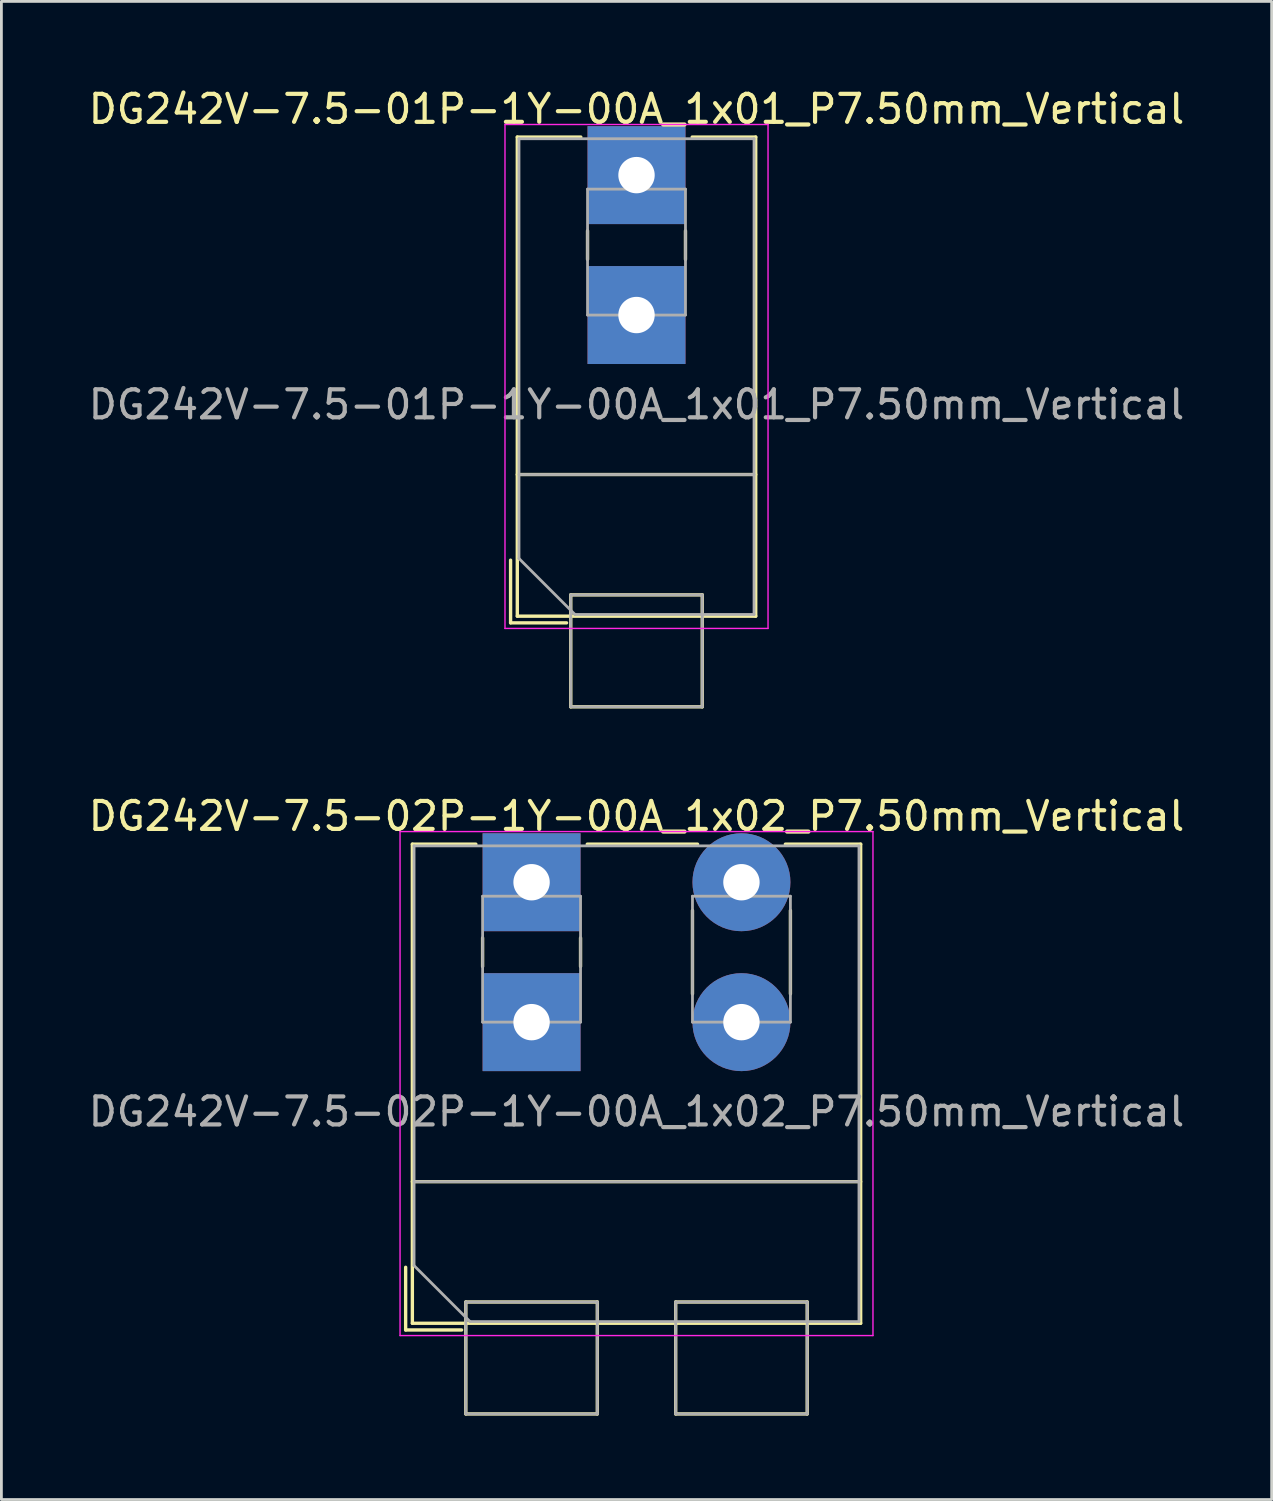
<source format=kicad_pcb>
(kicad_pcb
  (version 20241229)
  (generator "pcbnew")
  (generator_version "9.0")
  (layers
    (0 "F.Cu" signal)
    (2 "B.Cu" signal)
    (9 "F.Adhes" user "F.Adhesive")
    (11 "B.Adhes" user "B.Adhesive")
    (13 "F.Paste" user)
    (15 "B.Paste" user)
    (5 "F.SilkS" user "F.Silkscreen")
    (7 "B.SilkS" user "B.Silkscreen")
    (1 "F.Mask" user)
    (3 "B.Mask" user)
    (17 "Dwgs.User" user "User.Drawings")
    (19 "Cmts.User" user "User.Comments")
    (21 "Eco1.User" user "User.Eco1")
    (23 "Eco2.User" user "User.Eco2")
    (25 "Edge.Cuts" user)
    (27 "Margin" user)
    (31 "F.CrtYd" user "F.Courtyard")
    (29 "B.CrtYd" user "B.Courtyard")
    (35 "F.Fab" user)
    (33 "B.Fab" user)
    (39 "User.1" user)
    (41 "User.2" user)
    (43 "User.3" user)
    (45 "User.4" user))
  (footprint "DG242V-7.5-02P-1Y-00A_1x02_P7.50mm_Vertical"
    (layer "F.Cu")
    (at 15.946 33.477)
    (property "Reference" "DG242V-7.5-02P-1Y-00A_1x02_P7.50mm_Vertical" (at 3.75 -7.36 0) (layer "F.SilkS") (effects (font (size 1 1) (thickness 0.15))))
    (attr through_hole)
    (fp_line (start -4.5 8.76) (end -4.5 11) (stroke (width 0.12) (type solid)) (layer "F.SilkS"))
    (fp_line (start -4.5 11) (end -2.5 11) (stroke (width 0.12) (type solid)) (layer "F.SilkS"))
    (fp_line (start -4.26 -6.36) (end -4.26 10.761) (stroke (width 0.12) (type solid)) (layer "F.SilkS"))
    (fp_line (start -4.26 -6.36) (end -1.99 -6.36) (stroke (width 0.12) (type solid)) (layer "F.SilkS"))
    (fp_line (start -4.26 5.7) (end 11.76 5.7) (stroke (width 0.12) (type solid)) (layer "F.SilkS"))
    (fp_line (start -4.26 10.761) (end 11.76 10.761) (stroke (width 0.12) (type solid)) (layer "F.SilkS"))
    (fp_line (start -2.35 10) (end -2.35 14) (stroke (width 0.12) (type solid)) (layer "F.SilkS"))
    (fp_line (start -2.35 10) (end 2.35 10) (stroke (width 0.12) (type solid)) (layer "F.SilkS"))
    (fp_line (start -2.35 14) (end 2.35 14) (stroke (width 0.12) (type solid)) (layer "F.SilkS"))
    (fp_line (start -1.75 -3.01) (end -1.75 -1.99) (stroke (width 0.12) (type solid)) (layer "F.SilkS"))
    (fp_line (start 1.75 -3.01) (end 1.75 -1.99) (stroke (width 0.12) (type solid)) (layer "F.SilkS"))
    (fp_line (start 1.99 -6.36) (end 5.932 -6.36) (stroke (width 0.12) (type solid)) (layer "F.SilkS"))
    (fp_line (start 2.35 10) (end 2.35 14) (stroke (width 0.12) (type solid)) (layer "F.SilkS"))
    (fp_line (start 5.15 10) (end 5.15 14) (stroke (width 0.12) (type solid)) (layer "F.SilkS"))
    (fp_line (start 5.15 10) (end 9.851 10) (stroke (width 0.12) (type solid)) (layer "F.SilkS"))
    (fp_line (start 5.15 14) (end 9.851 14) (stroke (width 0.12) (type solid)) (layer "F.SilkS"))
    (fp_line (start 5.75 -3.99) (end 5.75 -1.01) (stroke (width 0.12) (type solid)) (layer "F.SilkS"))
    (fp_line (start 9.069 -6.36) (end 11.76 -6.36) (stroke (width 0.12) (type solid)) (layer "F.SilkS"))
    (fp_line (start 9.25 -3.99) (end 9.25 -1.01) (stroke (width 0.12) (type solid)) (layer "F.SilkS"))
    (fp_line (start 9.851 10) (end 9.851 14) (stroke (width 0.12) (type solid)) (layer "F.SilkS"))
    (fp_line (start 11.76 -6.36) (end 11.76 10.761) (stroke (width 0.12) (type solid)) (layer "F.SilkS"))
    (fp_line (start -4.7 -6.81) (end -4.7 11.2) (stroke (width 0.05) (type solid)) (layer "F.CrtYd"))
    (fp_line (start -4.7 11.2) (end 12.2 11.2) (stroke (width 0.05) (type solid)) (layer "F.CrtYd"))
    (fp_line (start 12.2 -6.81) (end -4.7 -6.81) (stroke (width 0.05) (type solid)) (layer "F.CrtYd"))
    (fp_line (start 12.2 11.2) (end 12.2 -6.81) (stroke (width 0.05) (type solid)) (layer "F.CrtYd"))
    (fp_line (start -4.2 -6.3) (end 11.7 -6.3) (stroke (width 0.1) (type solid)) (layer "F.Fab"))
    (fp_line (start -4.2 5.7) (end 11.7 5.7) (stroke (width 0.1) (type solid)) (layer "F.Fab"))
    (fp_line (start -4.2 8.7) (end -4.2 -6.3) (stroke (width 0.1) (type solid)) (layer "F.Fab"))
    (fp_line (start -2.35 10) (end -2.35 14) (stroke (width 0.1) (type solid)) (layer "F.Fab"))
    (fp_line (start -2.35 14) (end 2.35 14) (stroke (width 0.1) (type solid)) (layer "F.Fab"))
    (fp_line (start -2.2 10.7) (end -4.2 8.7) (stroke (width 0.1) (type solid)) (layer "F.Fab"))
    (fp_line (start -1.75 -4.5) (end -1.75 0) (stroke (width 0.1) (type solid)) (layer "F.Fab"))
    (fp_line (start -1.75 0) (end 1.75 0) (stroke (width 0.1) (type solid)) (layer "F.Fab"))
    (fp_line (start 1.75 -4.5) (end -1.75 -4.5) (stroke (width 0.1) (type solid)) (layer "F.Fab"))
    (fp_line (start 1.75 0) (end 1.75 -4.5) (stroke (width 0.1) (type solid)) (layer "F.Fab"))
    (fp_line (start 2.35 10) (end -2.35 10) (stroke (width 0.1) (type solid)) (layer "F.Fab"))
    (fp_line (start 2.35 14) (end 2.35 10) (stroke (width 0.1) (type solid)) (layer "F.Fab"))
    (fp_line (start 5.15 10) (end 5.15 14) (stroke (width 0.1) (type solid)) (layer "F.Fab"))
    (fp_line (start 5.15 14) (end 9.85 14) (stroke (width 0.1) (type solid)) (layer "F.Fab"))
    (fp_line (start 5.75 -4.5) (end 5.75 0) (stroke (width 0.1) (type solid)) (layer "F.Fab"))
    (fp_line (start 5.75 0) (end 9.25 0) (stroke (width 0.1) (type solid)) (layer "F.Fab"))
    (fp_line (start 9.25 -4.5) (end 5.75 -4.5) (stroke (width 0.1) (type solid)) (layer "F.Fab"))
    (fp_line (start 9.25 0) (end 9.25 -4.5) (stroke (width 0.1) (type solid)) (layer "F.Fab"))
    (fp_line (start 9.85 10) (end 5.15 10) (stroke (width 0.1) (type solid)) (layer "F.Fab"))
    (fp_line (start 9.85 14) (end 9.85 10) (stroke (width 0.1) (type solid)) (layer "F.Fab"))
    (fp_line (start 11.7 -6.3) (end 11.7 10.7) (stroke (width 0.1) (type solid)) (layer "F.Fab"))
    (fp_line (start 11.7 10.7) (end -2.2 10.7) (stroke (width 0.1) (type solid)) (layer "F.Fab"))
    (fp_text user "${REFERENCE}" (at 3.75 3.2 0) (layer "F.Fab") (effects (font (size 1 1) (thickness 0.15))))
    (pad "1" thru_hole rect (at 0 -5) (size 3.5 3.5) (drill 1.3) (layers "*.Cu" "*.Mask"))
    (pad "1" thru_hole rect (at 0 0) (size 3.5 3.5) (drill 1.3) (layers "*.Cu" "*.Mask"))
    (pad "2" thru_hole circle (at 7.5 -5) (size 3.5 3.5) (drill 1.3) (layers "*.Cu" "*.Mask"))
    (pad "2" thru_hole circle (at 7.5 0) (size 3.5 3.5) (drill 1.3) (layers "*.Cu" "*.Mask")))
  (footprint "DG242V-7.5-01P-1Y-00A_1x01_P7.50mm_Vertical"
    (layer "F.Cu")
    (at 19.696 8.208)
    (property "Reference" "DG242V-7.5-01P-1Y-00A_1x01_P7.50mm_Vertical" (at 0 -7.36 0) (layer "F.SilkS") (effects (font (size 1 1) (thickness 0.15))))
    (attr through_hole)
    (fp_line (start -4.5 8.76) (end -4.5 11) (stroke (width 0.12) (type solid)) (layer "F.SilkS"))
    (fp_line (start -4.5 11) (end -2.5 11) (stroke (width 0.12) (type solid)) (layer "F.SilkS"))
    (fp_line (start -4.26 -6.36) (end -4.26 10.761) (stroke (width 0.12) (type solid)) (layer "F.SilkS"))
    (fp_line (start -4.26 -6.36) (end -1.99 -6.36) (stroke (width 0.12) (type solid)) (layer "F.SilkS"))
    (fp_line (start -4.26 5.7) (end 4.26 5.7) (stroke (width 0.12) (type solid)) (layer "F.SilkS"))
    (fp_line (start -4.26 10.761) (end 4.26 10.761) (stroke (width 0.12) (type solid)) (layer "F.SilkS"))
    (fp_line (start -2.35 10) (end -2.35 14) (stroke (width 0.12) (type solid)) (layer "F.SilkS"))
    (fp_line (start -2.35 10) (end 2.35 10) (stroke (width 0.12) (type solid)) (layer "F.SilkS"))
    (fp_line (start -2.35 14) (end 2.35 14) (stroke (width 0.12) (type solid)) (layer "F.SilkS"))
    (fp_line (start -1.75 -3.01) (end -1.75 -1.99) (stroke (width 0.12) (type solid)) (layer "F.SilkS"))
    (fp_line (start 1.75 -3.01) (end 1.75 -1.99) (stroke (width 0.12) (type solid)) (layer "F.SilkS"))
    (fp_line (start 1.99 -6.36) (end 4.26 -6.36) (stroke (width 0.12) (type solid)) (layer "F.SilkS"))
    (fp_line (start 2.35 10) (end 2.35 14) (stroke (width 0.12) (type solid)) (layer "F.SilkS"))
    (fp_line (start 4.26 -6.36) (end 4.26 10.761) (stroke (width 0.12) (type solid)) (layer "F.SilkS"))
    (fp_line (start -4.7 -6.81) (end -4.7 11.2) (stroke (width 0.05) (type solid)) (layer "F.CrtYd"))
    (fp_line (start -4.7 11.2) (end 4.7 11.2) (stroke (width 0.05) (type solid)) (layer "F.CrtYd"))
    (fp_line (start 4.7 -6.81) (end -4.7 -6.81) (stroke (width 0.05) (type solid)) (layer "F.CrtYd"))
    (fp_line (start 4.7 11.2) (end 4.7 -6.81) (stroke (width 0.05) (type solid)) (layer "F.CrtYd"))
    (fp_line (start -4.2 -6.3) (end 4.2 -6.3) (stroke (width 0.1) (type solid)) (layer "F.Fab"))
    (fp_line (start -4.2 5.7) (end 4.2 5.7) (stroke (width 0.1) (type solid)) (layer "F.Fab"))
    (fp_line (start -4.2 8.7) (end -4.2 -6.3) (stroke (width 0.1) (type solid)) (layer "F.Fab"))
    (fp_line (start -2.35 10) (end -2.35 14) (stroke (width 0.1) (type solid)) (layer "F.Fab"))
    (fp_line (start -2.35 14) (end 2.35 14) (stroke (width 0.1) (type solid)) (layer "F.Fab"))
    (fp_line (start -2.2 10.7) (end -4.2 8.7) (stroke (width 0.1) (type solid)) (layer "F.Fab"))
    (fp_line (start -1.75 -4.5) (end -1.75 0) (stroke (width 0.1) (type solid)) (layer "F.Fab"))
    (fp_line (start -1.75 0) (end 1.75 0) (stroke (width 0.1) (type solid)) (layer "F.Fab"))
    (fp_line (start 1.75 -4.5) (end -1.75 -4.5) (stroke (width 0.1) (type solid)) (layer "F.Fab"))
    (fp_line (start 1.75 0) (end 1.75 -4.5) (stroke (width 0.1) (type solid)) (layer "F.Fab"))
    (fp_line (start 2.35 10) (end -2.35 10) (stroke (width 0.1) (type solid)) (layer "F.Fab"))
    (fp_line (start 2.35 14) (end 2.35 10) (stroke (width 0.1) (type solid)) (layer "F.Fab"))
    (fp_line (start 4.2 -6.3) (end 4.2 10.7) (stroke (width 0.1) (type solid)) (layer "F.Fab"))
    (fp_line (start 4.2 10.7) (end -2.2 10.7) (stroke (width 0.1) (type solid)) (layer "F.Fab"))
    (fp_text user "${REFERENCE}" (at 0 3.2 0) (layer "F.Fab") (effects (font (size 1 1) (thickness 0.15))))
    (pad "1" thru_hole rect (at 0 -5) (size 3.5 3.5) (drill 1.3) (layers "*.Cu" "*.Mask"))
    (pad "1" thru_hole rect (at 0 0) (size 3.5 3.5) (drill 1.3) (layers "*.Cu" "*.Mask")))
  (gr_rect
    (start -3 -3)
    (end 42.393 50.536)
    (stroke (width 0.1) (type default))
    (fill no)
    (layer "Edge.Cuts")))
</source>
